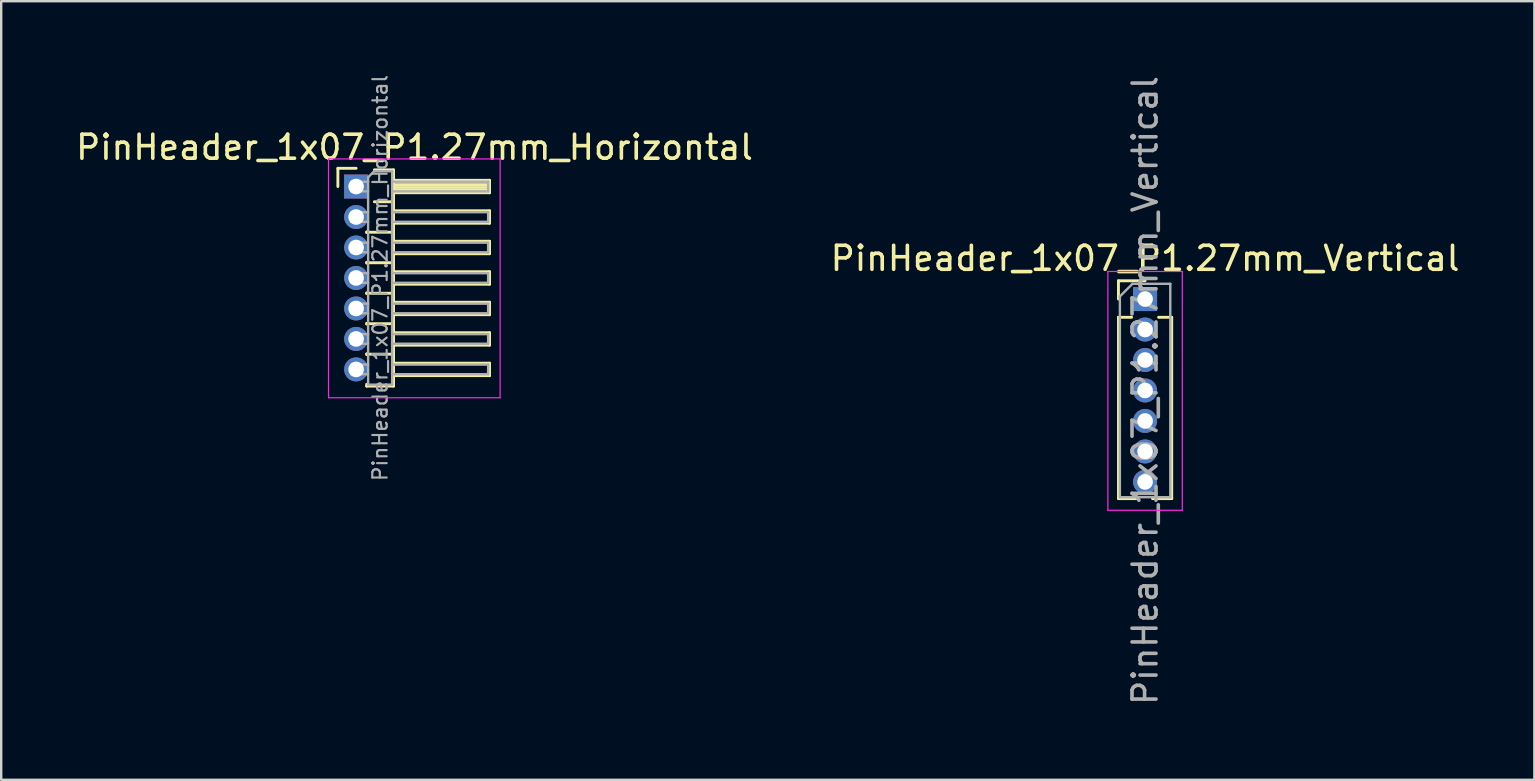
<source format=kicad_pcb>
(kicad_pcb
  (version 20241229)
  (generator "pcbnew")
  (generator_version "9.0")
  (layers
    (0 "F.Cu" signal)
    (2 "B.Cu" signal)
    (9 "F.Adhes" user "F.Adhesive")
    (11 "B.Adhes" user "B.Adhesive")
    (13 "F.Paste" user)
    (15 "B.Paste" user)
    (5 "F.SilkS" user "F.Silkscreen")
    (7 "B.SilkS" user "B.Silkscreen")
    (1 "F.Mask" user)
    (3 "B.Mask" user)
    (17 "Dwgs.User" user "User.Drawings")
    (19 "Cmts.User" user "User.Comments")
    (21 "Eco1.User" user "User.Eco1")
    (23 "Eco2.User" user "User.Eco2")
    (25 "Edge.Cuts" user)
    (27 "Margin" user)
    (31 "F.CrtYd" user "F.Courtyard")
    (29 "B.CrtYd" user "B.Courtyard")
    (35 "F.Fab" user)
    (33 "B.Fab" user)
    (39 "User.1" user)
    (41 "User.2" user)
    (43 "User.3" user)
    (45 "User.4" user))
  (footprint "PinHeader_1x07_P1.27mm_Vertical"
    (layer "F.Cu")
    (at 44.661 9.41)
    (property "Reference" "PinHeader_1x07_P1.27mm_Vertical" (at 0 -1.695 0) (layer "F.SilkS") (effects (font (size 1 1) (thickness 0.15))))
    (attr through_hole)
    (fp_line (start -1.11 -0.76) (end 0 -0.76) (stroke (width 0.12) (type solid)) (layer "F.SilkS"))
    (fp_line (start -1.11 0) (end -1.11 -0.76) (stroke (width 0.12) (type solid)) (layer "F.SilkS"))
    (fp_line (start -1.11 0.76) (end -1.11 8.315) (stroke (width 0.12) (type solid)) (layer "F.SilkS"))
    (fp_line (start -1.11 0.76) (end -0.563 0.76) (stroke (width 0.12) (type solid)) (layer "F.SilkS"))
    (fp_line (start -1.11 8.315) (end -0.308 8.315) (stroke (width 0.12) (type solid)) (layer "F.SilkS"))
    (fp_line (start 0.308 8.315) (end 1.11 8.315) (stroke (width 0.12) (type solid)) (layer "F.SilkS"))
    (fp_line (start 0.563 0.76) (end 1.11 0.76) (stroke (width 0.12) (type solid)) (layer "F.SilkS"))
    (fp_line (start 1.11 0.76) (end 1.11 8.315) (stroke (width 0.12) (type solid)) (layer "F.SilkS"))
    (fp_line (start -1.55 -1.15) (end -1.55 8.8) (stroke (width 0.05) (type solid)) (layer "F.CrtYd"))
    (fp_line (start -1.55 8.8) (end 1.55 8.8) (stroke (width 0.05) (type solid)) (layer "F.CrtYd"))
    (fp_line (start 1.55 -1.15) (end -1.55 -1.15) (stroke (width 0.05) (type solid)) (layer "F.CrtYd"))
    (fp_line (start 1.55 8.8) (end 1.55 -1.15) (stroke (width 0.05) (type solid)) (layer "F.CrtYd"))
    (fp_line (start -1.05 -0.11) (end -0.525 -0.635) (stroke (width 0.1) (type solid)) (layer "F.Fab"))
    (fp_line (start -1.05 8.255) (end -1.05 -0.11) (stroke (width 0.1) (type solid)) (layer "F.Fab"))
    (fp_line (start -0.525 -0.635) (end 1.05 -0.635) (stroke (width 0.1) (type solid)) (layer "F.Fab"))
    (fp_line (start 1.05 -0.635) (end 1.05 8.255) (stroke (width 0.1) (type solid)) (layer "F.Fab"))
    (fp_line (start 1.05 8.255) (end -1.05 8.255) (stroke (width 0.1) (type solid)) (layer "F.Fab"))
    (fp_text user "${REFERENCE}" (at 0 3.81 90) (layer "F.Fab") (effects (font (size 1 1) (thickness 0.15))))
    (pad "1" thru_hole rect (at 0 0) (size 1 1) (drill 0.65) (layers "*.Cu" "*.Mask"))
    (pad "2" thru_hole oval (at 0 1.27) (size 1 1) (drill 0.65) (layers "*.Cu" "*.Mask"))
    (pad "3" thru_hole oval (at 0 2.54) (size 1 1) (drill 0.65) (layers "*.Cu" "*.Mask"))
    (pad "4" thru_hole oval (at 0 3.81) (size 1 1) (drill 0.65) (layers "*.Cu" "*.Mask"))
    (pad "5" thru_hole oval (at 0 5.08) (size 1 1) (drill 0.65) (layers "*.Cu" "*.Mask"))
    (pad "6" thru_hole oval (at 0 6.35) (size 1 1) (drill 0.65) (layers "*.Cu" "*.Mask"))
    (pad "7" thru_hole oval (at 0 7.62) (size 1 1) (drill 0.65) (layers "*.Cu" "*.Mask")))
  (footprint "PinHeader_1x07_P1.27mm_Horizontal"
    (layer "F.Cu")
    (at 11.788 4.722)
    (property "Reference" "PinHeader_1x07_P1.27mm_Horizontal" (at 2.433 -1.635 0) (layer "F.SilkS") (effects (font (size 1 1) (thickness 0.15))))
    (attr through_hole)
    (fp_line (start -0.76 -0.76) (end 0 -0.76) (stroke (width 0.12) (type solid)) (layer "F.SilkS"))
    (fp_line (start -0.76 0) (end -0.76 -0.76) (stroke (width 0.12) (type solid)) (layer "F.SilkS"))
    (fp_line (start 0.44 1.89) (end 0.44 1.92) (stroke (width 0.12) (type solid)) (layer "F.SilkS"))
    (fp_line (start 0.44 1.905) (end 1.56 1.905) (stroke (width 0.12) (type solid)) (layer "F.SilkS"))
    (fp_line (start 0.44 3.16) (end 0.44 3.19) (stroke (width 0.12) (type solid)) (layer "F.SilkS"))
    (fp_line (start 0.44 3.175) (end 1.56 3.175) (stroke (width 0.12) (type solid)) (layer "F.SilkS"))
    (fp_line (start 0.44 4.43) (end 0.44 4.46) (stroke (width 0.12) (type solid)) (layer "F.SilkS"))
    (fp_line (start 0.44 4.445) (end 1.56 4.445) (stroke (width 0.12) (type solid)) (layer "F.SilkS"))
    (fp_line (start 0.44 5.7) (end 0.44 5.73) (stroke (width 0.12) (type solid)) (layer "F.SilkS"))
    (fp_line (start 0.44 5.715) (end 1.56 5.715) (stroke (width 0.12) (type solid)) (layer "F.SilkS"))
    (fp_line (start 0.44 6.97) (end 0.44 7) (stroke (width 0.12) (type solid)) (layer "F.SilkS"))
    (fp_line (start 0.44 6.985) (end 1.56 6.985) (stroke (width 0.12) (type solid)) (layer "F.SilkS"))
    (fp_line (start 0.44 8.315) (end 0.44 8.24) (stroke (width 0.12) (type solid)) (layer "F.SilkS"))
    (fp_line (start 0.76 -0.695) (end 1.56 -0.695) (stroke (width 0.12) (type solid)) (layer "F.SilkS"))
    (fp_line (start 0.76 0.635) (end 1.56 0.635) (stroke (width 0.12) (type solid)) (layer "F.SilkS"))
    (fp_line (start 1.56 -0.695) (end 1.56 8.315) (stroke (width 0.12) (type solid)) (layer "F.SilkS"))
    (fp_line (start 1.56 -0.26) (end 5.56 -0.26) (stroke (width 0.12) (type solid)) (layer "F.SilkS"))
    (fp_line (start 1.56 -0.2) (end 5.56 -0.2) (stroke (width 0.12) (type solid)) (layer "F.SilkS"))
    (fp_line (start 1.56 -0.08) (end 5.56 -0.08) (stroke (width 0.12) (type solid)) (layer "F.SilkS"))
    (fp_line (start 1.56 0.04) (end 5.56 0.04) (stroke (width 0.12) (type solid)) (layer "F.SilkS"))
    (fp_line (start 1.56 0.16) (end 5.56 0.16) (stroke (width 0.12) (type solid)) (layer "F.SilkS"))
    (fp_line (start 1.56 1.01) (end 5.56 1.01) (stroke (width 0.12) (type solid)) (layer "F.SilkS"))
    (fp_line (start 1.56 2.28) (end 5.56 2.28) (stroke (width 0.12) (type solid)) (layer "F.SilkS"))
    (fp_line (start 1.56 3.55) (end 5.56 3.55) (stroke (width 0.12) (type solid)) (layer "F.SilkS"))
    (fp_line (start 1.56 4.82) (end 5.56 4.82) (stroke (width 0.12) (type solid)) (layer "F.SilkS"))
    (fp_line (start 1.56 6.09) (end 5.56 6.09) (stroke (width 0.12) (type solid)) (layer "F.SilkS"))
    (fp_line (start 1.56 7.36) (end 5.56 7.36) (stroke (width 0.12) (type solid)) (layer "F.SilkS"))
    (fp_line (start 1.56 8.315) (end 0.44 8.315) (stroke (width 0.12) (type solid)) (layer "F.SilkS"))
    (fp_line (start 5.56 -0.26) (end 5.56 0.26) (stroke (width 0.12) (type solid)) (layer "F.SilkS"))
    (fp_line (start 5.56 0.26) (end 1.56 0.26) (stroke (width 0.12) (type solid)) (layer "F.SilkS"))
    (fp_line (start 5.56 1.01) (end 5.56 1.53) (stroke (width 0.12) (type solid)) (layer "F.SilkS"))
    (fp_line (start 5.56 1.53) (end 1.56 1.53) (stroke (width 0.12) (type solid)) (layer "F.SilkS"))
    (fp_line (start 5.56 2.28) (end 5.56 2.8) (stroke (width 0.12) (type solid)) (layer "F.SilkS"))
    (fp_line (start 5.56 2.8) (end 1.56 2.8) (stroke (width 0.12) (type solid)) (layer "F.SilkS"))
    (fp_line (start 5.56 3.55) (end 5.56 4.07) (stroke (width 0.12) (type solid)) (layer "F.SilkS"))
    (fp_line (start 5.56 4.07) (end 1.56 4.07) (stroke (width 0.12) (type solid)) (layer "F.SilkS"))
    (fp_line (start 5.56 4.82) (end 5.56 5.34) (stroke (width 0.12) (type solid)) (layer "F.SilkS"))
    (fp_line (start 5.56 5.34) (end 1.56 5.34) (stroke (width 0.12) (type solid)) (layer "F.SilkS"))
    (fp_line (start 5.56 6.09) (end 5.56 6.61) (stroke (width 0.12) (type solid)) (layer "F.SilkS"))
    (fp_line (start 5.56 6.61) (end 1.56 6.61) (stroke (width 0.12) (type solid)) (layer "F.SilkS"))
    (fp_line (start 5.56 7.36) (end 5.56 7.88) (stroke (width 0.12) (type solid)) (layer "F.SilkS"))
    (fp_line (start 5.56 7.88) (end 1.56 7.88) (stroke (width 0.12) (type solid)) (layer "F.SilkS"))
    (fp_line (start -1.15 -1.15) (end -1.15 8.8) (stroke (width 0.05) (type solid)) (layer "F.CrtYd"))
    (fp_line (start -1.15 8.8) (end 6 8.8) (stroke (width 0.05) (type solid)) (layer "F.CrtYd"))
    (fp_line (start 6 -1.15) (end -1.15 -1.15) (stroke (width 0.05) (type solid)) (layer "F.CrtYd"))
    (fp_line (start 6 8.8) (end 6 -1.15) (stroke (width 0.05) (type solid)) (layer "F.CrtYd"))
    (fp_line (start -0.2 -0.2) (end -0.2 0.2) (stroke (width 0.1) (type solid)) (layer "F.Fab"))
    (fp_line (start -0.2 -0.2) (end 0.5 -0.2) (stroke (width 0.1) (type solid)) (layer "F.Fab"))
    (fp_line (start -0.2 0.2) (end 0.5 0.2) (stroke (width 0.1) (type solid)) (layer "F.Fab"))
    (fp_line (start -0.2 1.07) (end -0.2 1.47) (stroke (width 0.1) (type solid)) (layer "F.Fab"))
    (fp_line (start -0.2 1.07) (end 0.5 1.07) (stroke (width 0.1) (type solid)) (layer "F.Fab"))
    (fp_line (start -0.2 1.47) (end 0.5 1.47) (stroke (width 0.1) (type solid)) (layer "F.Fab"))
    (fp_line (start -0.2 2.34) (end -0.2 2.74) (stroke (width 0.1) (type solid)) (layer "F.Fab"))
    (fp_line (start -0.2 2.34) (end 0.5 2.34) (stroke (width 0.1) (type solid)) (layer "F.Fab"))
    (fp_line (start -0.2 2.74) (end 0.5 2.74) (stroke (width 0.1) (type solid)) (layer "F.Fab"))
    (fp_line (start -0.2 3.61) (end -0.2 4.01) (stroke (width 0.1) (type solid)) (layer "F.Fab"))
    (fp_line (start -0.2 3.61) (end 0.5 3.61) (stroke (width 0.1) (type solid)) (layer "F.Fab"))
    (fp_line (start -0.2 4.01) (end 0.5 4.01) (stroke (width 0.1) (type solid)) (layer "F.Fab"))
    (fp_line (start -0.2 4.88) (end -0.2 5.28) (stroke (width 0.1) (type solid)) (layer "F.Fab"))
    (fp_line (start -0.2 4.88) (end 0.5 4.88) (stroke (width 0.1) (type solid)) (layer "F.Fab"))
    (fp_line (start -0.2 5.28) (end 0.5 5.28) (stroke (width 0.1) (type solid)) (layer "F.Fab"))
    (fp_line (start -0.2 6.15) (end -0.2 6.55) (stroke (width 0.1) (type solid)) (layer "F.Fab"))
    (fp_line (start -0.2 6.15) (end 0.5 6.15) (stroke (width 0.1) (type solid)) (layer "F.Fab"))
    (fp_line (start -0.2 6.55) (end 0.5 6.55) (stroke (width 0.1) (type solid)) (layer "F.Fab"))
    (fp_line (start -0.2 7.42) (end -0.2 7.82) (stroke (width 0.1) (type solid)) (layer "F.Fab"))
    (fp_line (start -0.2 7.42) (end 0.5 7.42) (stroke (width 0.1) (type solid)) (layer "F.Fab"))
    (fp_line (start -0.2 7.82) (end 0.5 7.82) (stroke (width 0.1) (type solid)) (layer "F.Fab"))
    (fp_line (start 0.5 -0.385) (end 0.75 -0.635) (stroke (width 0.1) (type solid)) (layer "F.Fab"))
    (fp_line (start 0.5 8.255) (end 0.5 -0.385) (stroke (width 0.1) (type solid)) (layer "F.Fab"))
    (fp_line (start 0.75 -0.635) (end 1.5 -0.635) (stroke (width 0.1) (type solid)) (layer "F.Fab"))
    (fp_line (start 1.5 -0.635) (end 1.5 8.255) (stroke (width 0.1) (type solid)) (layer "F.Fab"))
    (fp_line (start 1.5 -0.2) (end 5.5 -0.2) (stroke (width 0.1) (type solid)) (layer "F.Fab"))
    (fp_line (start 1.5 0.2) (end 5.5 0.2) (stroke (width 0.1) (type solid)) (layer "F.Fab"))
    (fp_line (start 1.5 1.07) (end 5.5 1.07) (stroke (width 0.1) (type solid)) (layer "F.Fab"))
    (fp_line (start 1.5 1.47) (end 5.5 1.47) (stroke (width 0.1) (type solid)) (layer "F.Fab"))
    (fp_line (start 1.5 2.34) (end 5.5 2.34) (stroke (width 0.1) (type solid)) (layer "F.Fab"))
    (fp_line (start 1.5 2.74) (end 5.5 2.74) (stroke (width 0.1) (type solid)) (layer "F.Fab"))
    (fp_line (start 1.5 3.61) (end 5.5 3.61) (stroke (width 0.1) (type solid)) (layer "F.Fab"))
    (fp_line (start 1.5 4.01) (end 5.5 4.01) (stroke (width 0.1) (type solid)) (layer "F.Fab"))
    (fp_line (start 1.5 4.88) (end 5.5 4.88) (stroke (width 0.1) (type solid)) (layer "F.Fab"))
    (fp_line (start 1.5 5.28) (end 5.5 5.28) (stroke (width 0.1) (type solid)) (layer "F.Fab"))
    (fp_line (start 1.5 6.15) (end 5.5 6.15) (stroke (width 0.1) (type solid)) (layer "F.Fab"))
    (fp_line (start 1.5 6.55) (end 5.5 6.55) (stroke (width 0.1) (type solid)) (layer "F.Fab"))
    (fp_line (start 1.5 7.42) (end 5.5 7.42) (stroke (width 0.1) (type solid)) (layer "F.Fab"))
    (fp_line (start 1.5 7.82) (end 5.5 7.82) (stroke (width 0.1) (type solid)) (layer "F.Fab"))
    (fp_line (start 1.5 8.255) (end 0.5 8.255) (stroke (width 0.1) (type solid)) (layer "F.Fab"))
    (fp_line (start 5.5 -0.2) (end 5.5 0.2) (stroke (width 0.1) (type solid)) (layer "F.Fab"))
    (fp_line (start 5.5 1.07) (end 5.5 1.47) (stroke (width 0.1) (type solid)) (layer "F.Fab"))
    (fp_line (start 5.5 2.34) (end 5.5 2.74) (stroke (width 0.1) (type solid)) (layer "F.Fab"))
    (fp_line (start 5.5 3.61) (end 5.5 4.01) (stroke (width 0.1) (type solid)) (layer "F.Fab"))
    (fp_line (start 5.5 4.88) (end 5.5 5.28) (stroke (width 0.1) (type solid)) (layer "F.Fab"))
    (fp_line (start 5.5 6.15) (end 5.5 6.55) (stroke (width 0.1) (type solid)) (layer "F.Fab"))
    (fp_line (start 5.5 7.42) (end 5.5 7.82) (stroke (width 0.1) (type solid)) (layer "F.Fab"))
    (fp_text user "${REFERENCE}" (at 1 3.81 90) (layer "F.Fab") (effects (font (size 0.6 0.6) (thickness 0.09))))
    (pad "1" thru_hole rect (at 0 0) (size 1 1) (drill 0.65) (layers "*.Cu" "*.Mask"))
    (pad "2" thru_hole oval (at 0 1.27) (size 1 1) (drill 0.65) (layers "*.Cu" "*.Mask"))
    (pad "3" thru_hole oval (at 0 2.54) (size 1 1) (drill 0.65) (layers "*.Cu" "*.Mask"))
    (pad "4" thru_hole oval (at 0 3.81) (size 1 1) (drill 0.65) (layers "*.Cu" "*.Mask"))
    (pad "5" thru_hole oval (at 0 5.08) (size 1 1) (drill 0.65) (layers "*.Cu" "*.Mask"))
    (pad "6" thru_hole oval (at 0 6.35) (size 1 1) (drill 0.65) (layers "*.Cu" "*.Mask"))
    (pad "7" thru_hole oval (at 0 7.62) (size 1 1) (drill 0.65) (layers "*.Cu" "*.Mask")))
  (gr_rect
    (start -3 -3)
    (end 60.881 29.44)
    (stroke (width 0.1) (type default))
    (fill no)
    (layer "Edge.Cuts")))
</source>
